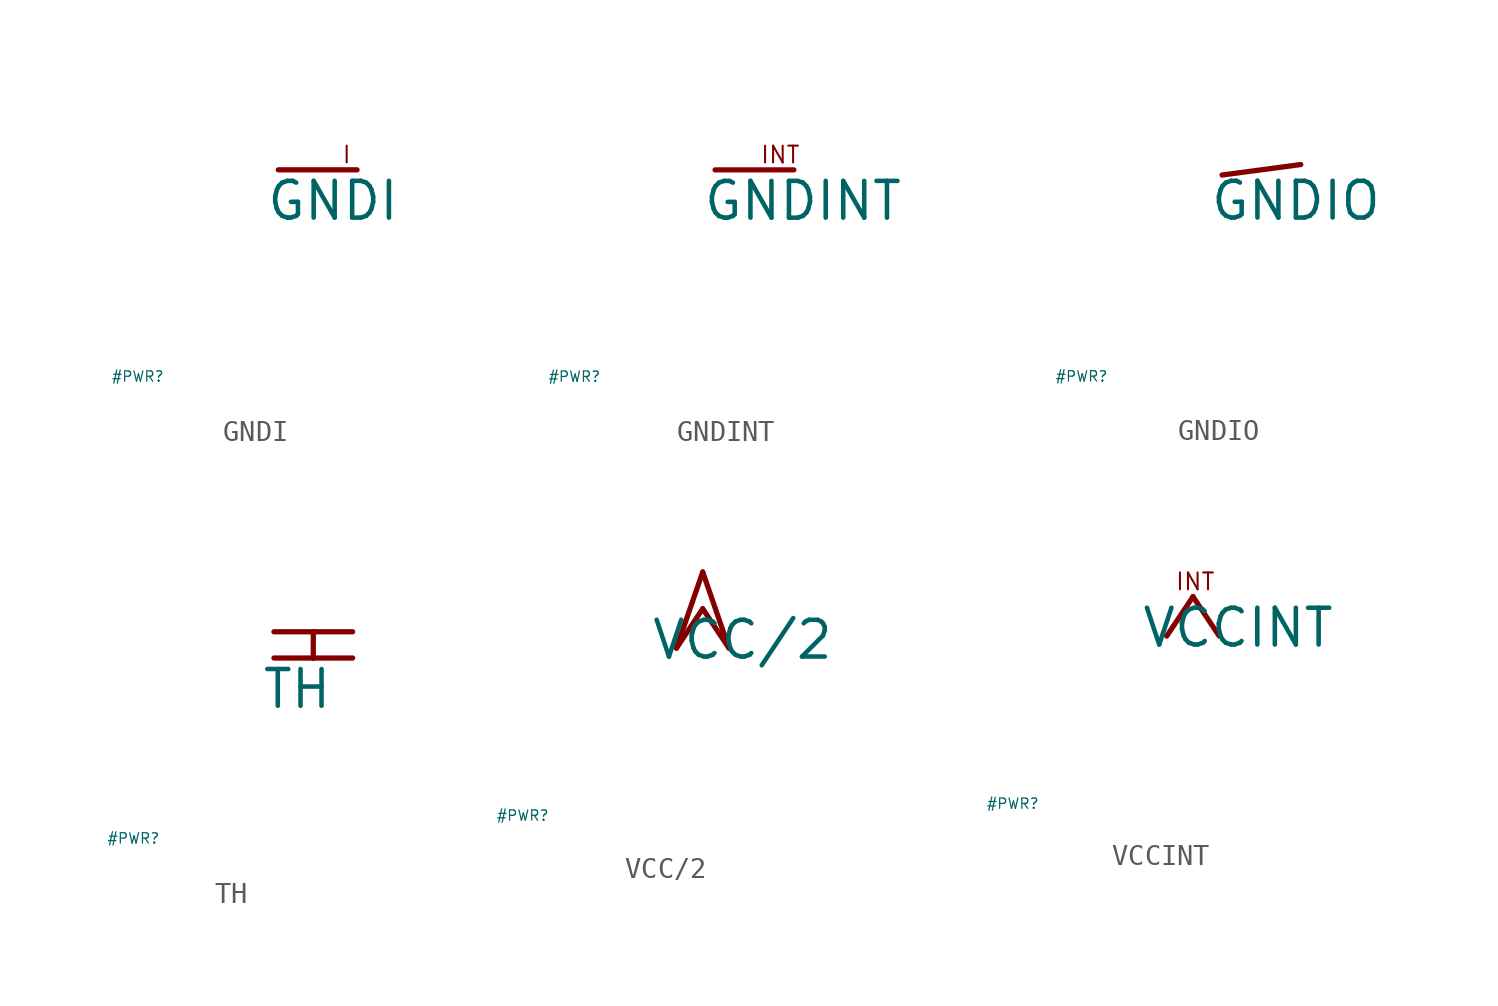
<source format=kicad_sym>
(kicad_symbol_lib
  (version 20220914)
  (generator Eagle2Kicad)
  (symbol "GNDI"
    (power)
    (pin_names
      (offset 0))
    (property "Reference" "#PWR"
      (at -10 -10 0)
      (effects (font (size 0.5 0.5) (thickness 0.06)) (justify left)))
    (property "Value" "GNDI"
      (at -2.54 -2.54 0)
      (effects (font (size 1.778 1.778) (thickness 0.22)) (justify left bottom)))
    (polyline
      (pts (xy -1.905 0) (xy 1.905 0))
      (stroke (width 0.254) (type default))
      (fill (type none)))
    (text "I"
      (at 1.143 0.254 0)
      (effects (font (size 0.813 0.813) (thickness 0.10)) (justify left bottom)))
    (pin power_in line
      (at 0 2.54 270)
      (length 2.54) hide
      (name "GNDI" (effects (font (size 0.635 0.635) (thickness 0.08)) (justify left bottom)))
      (number "1" (effects (font (size 0.635 0.635) (thickness 0.08)) (justify left bottom)))))
  (symbol "GNDINT"
    (power)
    (pin_names
      (offset 0))
    (property "Reference" "#PWR"
      (at -10 -10 0)
      (effects (font (size 0.5 0.5) (thickness 0.06)) (justify left)))
    (property "Value" "GNDINT"
      (at -2.54 -2.54 0)
      (effects (font (size 1.778 1.778) (thickness 0.22)) (justify left bottom)))
    (polyline
      (pts (xy -1.905 0) (xy 1.905 0))
      (stroke (width 0.254) (type default))
      (fill (type none)))
    (text "INT"
      (at 0.254 0.254 0)
      (effects (font (size 0.813 0.813) (thickness 0.10)) (justify left bottom)))
    (pin power_in line
      (at 0 2.54 270)
      (length 2.54) hide
      (name "GNDINT" (effects (font (size 0.635 0.635) (thickness 0.08)) (justify left bottom)))
      (number "1" (effects (font (size 0.635 0.635) (thickness 0.08)) (justify left bottom)))))
  (symbol "GNDIO"
    (power)
    (pin_names
      (offset 0))
    (property "Reference" "#PWR"
      (at -10 -10 0)
      (effects (font (size 0.5 0.5) (thickness 0.06)) (justify left)))
    (property "Value" "GNDIO"
      (at -2.54 -2.54 0)
      (effects (font (size 1.778 1.778) (thickness 0.22)) (justify left bottom)))
    (polyline
      (pts (xy -1.905 -0.254) (xy 1.905 0.254))
      (stroke (width 0.254) (type default))
      (fill (type none)))
    (pin power_in line
      (at 0 2.54 270)
      (length 2.54) hide
      (name "GNDIO" (effects (font (size 0.635 0.635) (thickness 0.08)) (justify left bottom)))
      (number "1" (effects (font (size 0.635 0.635) (thickness 0.08)) (justify left bottom)))))
  (symbol "TH"
    (power)
    (pin_names
      (offset 0))
    (property "Reference" "#PWR"
      (at -10 -10 0)
      (effects (font (size 0.5 0.5) (thickness 0.06)) (justify left)))
    (property "Value" "TH"
      (at -2.54 -3.81 0)
      (effects (font (size 1.778 1.778) (thickness 0.22)) (justify left bottom)))
    (polyline
      (pts (xy -1.905 0) (xy 0 0))
      (stroke (width 0.254) (type default))
      (fill (type none)))
    (polyline
      (pts (xy 0 0) (xy 1.905 0))
      (stroke (width 0.254) (type default))
      (fill (type none)))
    (polyline
      (pts (xy -1.905 -1.27) (xy 0 -1.27))
      (stroke (width 0.254) (type default))
      (fill (type none)))
    (polyline
      (pts (xy 0 -1.27) (xy 1.905 -1.27))
      (stroke (width 0.254) (type default))
      (fill (type none)))
    (polyline
      (pts (xy 0 0) (xy 0 -1.27))
      (stroke (width 0.254) (type default))
      (fill (type none)))
    (pin power_in line
      (at 0 2.54 270)
      (length 2.54) hide
      (name "TH" (effects (font (size 0.635 0.635) (thickness 0.08)) (justify left bottom)))
      (number "1" (effects (font (size 0.635 0.635) (thickness 0.08)) (justify left bottom)))))
  (symbol "VCC/2"
    (power)
    (pin_names
      (offset 0))
    (property "Reference" "#PWR"
      (at -10 -10 0)
      (effects (font (size 0.5 0.5) (thickness 0.06)) (justify left)))
    (property "Value" "VCC/2"
      (at -2.54 -2.54 0)
      (effects (font (size 1.778 1.778) (thickness 0.22)) (justify left bottom)))
    (polyline
      (pts (xy 1.27 -1.905) (xy 0 0))
      (stroke (width 0.254) (type default))
      (fill (type none)))
    (polyline
      (pts (xy 0 0) (xy -1.27 -1.905))
      (stroke (width 0.254) (type default))
      (fill (type none)))
    (polyline
      (pts (xy 0 1.778) (xy -1.27 -1.905))
      (stroke (width 0.254) (type default))
      (fill (type none)))
    (polyline
      (pts (xy 1.27 -1.905) (xy 0 1.778))
      (stroke (width 0.254) (type default))
      (fill (type none)))
    (pin power_in line
      (at 0 -2.54 90)
      (length 2.54) hide
      (name "VCC/2" (effects (font (size 0.635 0.635) (thickness 0.08)) (justify left bottom)))
      (number "1" (effects (font (size 0.635 0.635) (thickness 0.08)) (justify left bottom)))))
  (symbol "VCCINT"
    (power)
    (pin_names
      (offset 0))
    (property "Reference" "#PWR"
      (at -10 -10 0)
      (effects (font (size 0.5 0.5) (thickness 0.06)) (justify left)))
    (property "Value" "VCCINT"
      (at -2.54 -2.54 0)
      (effects (font (size 1.778 1.778) (thickness 0.22)) (justify left bottom)))
    (polyline
      (pts (xy 1.27 -1.905) (xy 0 0))
      (stroke (width 0.254) (type default))
      (fill (type none)))
    (polyline
      (pts (xy 0 0) (xy -1.27 -1.905))
      (stroke (width 0.254) (type default))
      (fill (type none)))
    (text "INT"
      (at -0.889 0.254 0)
      (effects (font (size 0.813 0.813) (thickness 0.10)) (justify left bottom)))
    (pin power_in line
      (at 0 -2.54 90)
      (length 2.54) hide
      (name "VCCINT" (effects (font (size 0.635 0.635) (thickness 0.08)) (justify left bottom)))
      (number "1" (effects (font (size 0.635 0.635) (thickness 0.08)) (justify left bottom))))))
</source>
